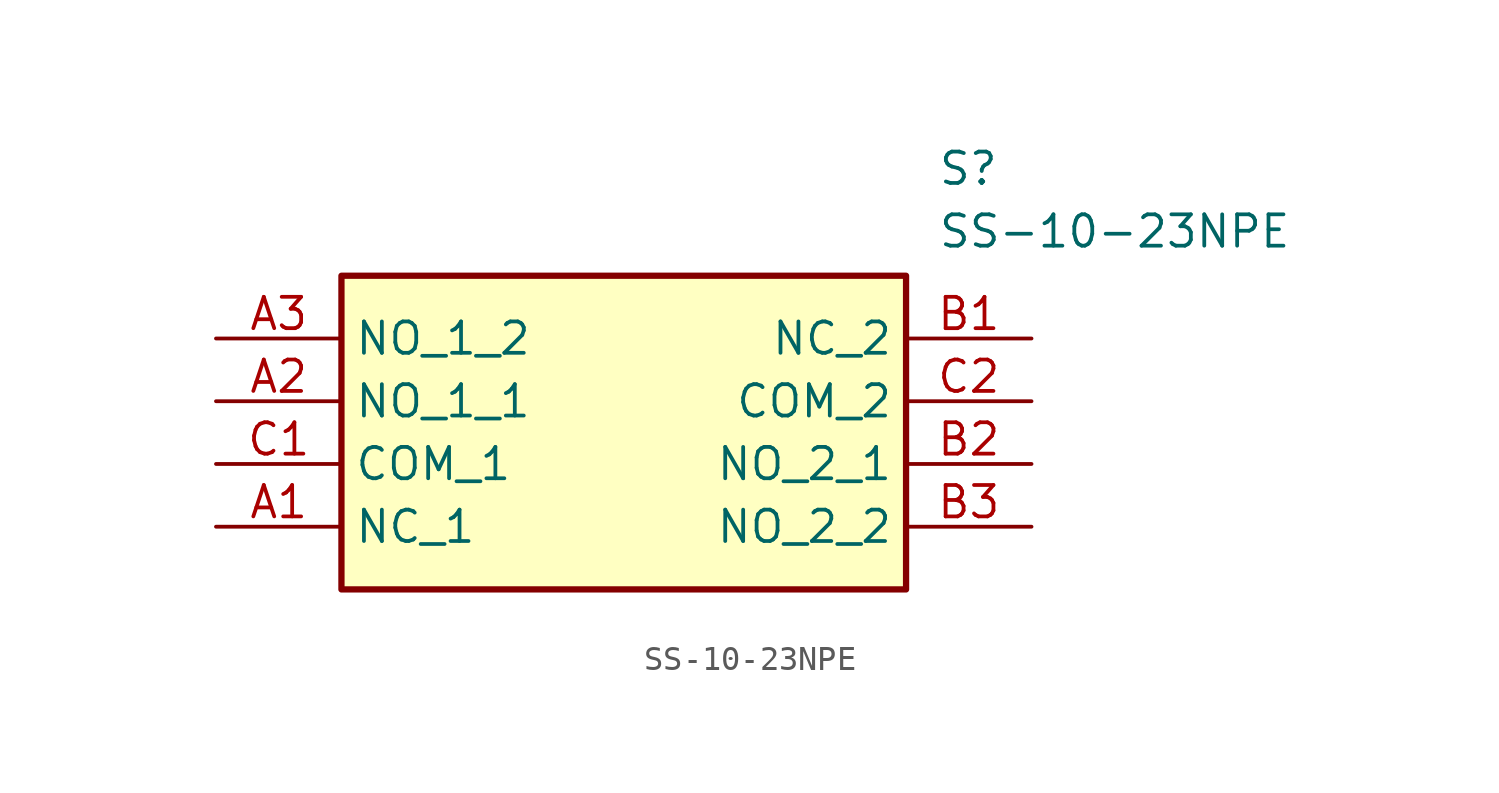
<source format=kicad_sym>
(kicad_symbol_lib
  (version 20211014)
  (generator SamacSys_ECAD_Model)
  (symbol "SS-10-23NPE"
    (property "Reference" "S"
      (at 29.21 7.62 0)
      (effects (font (size 1.27 1.27)) (justify left top)))
    (property "Value" "SS-10-23NPE"
      (at 29.21 5.08 0)
      (effects (font (size 1.27 1.27)) (justify left top)))
    (rectangle
      (start 5.08 2.54)
      (end 27.94 -10.16)
      (stroke (width 0.254) (type default))
      (fill (type background)))
    (pin passive line
      (at 0 -7.62 0)
      (length 5.08)
      (name "NC_1" (effects (font (size 1.27 1.27))))
      (number "A1" (effects (font (size 1.27 1.27)))))
    (pin passive line
      (at 0 -2.54 0)
      (length 5.08)
      (name "NO_1_1" (effects (font (size 1.27 1.27))))
      (number "A2" (effects (font (size 1.27 1.27)))))
    (pin passive line
      (at 0 0 0)
      (length 5.08)
      (name "NO_1_2" (effects (font (size 1.27 1.27))))
      (number "A3" (effects (font (size 1.27 1.27)))))
    (pin passive line
      (at 33.02 0 180)
      (length 5.08)
      (name "NC_2" (effects (font (size 1.27 1.27))))
      (number "B1" (effects (font (size 1.27 1.27)))))
    (pin passive line
      (at 33.02 -5.08 180)
      (length 5.08)
      (name "NO_2_1" (effects (font (size 1.27 1.27))))
      (number "B2" (effects (font (size 1.27 1.27)))))
    (pin passive line
      (at 33.02 -7.62 180)
      (length 5.08)
      (name "NO_2_2" (effects (font (size 1.27 1.27))))
      (number "B3" (effects (font (size 1.27 1.27)))))
    (pin passive line
      (at 0 -5.08 0)
      (length 5.08)
      (name "COM_1" (effects (font (size 1.27 1.27))))
      (number "C1" (effects (font (size 1.27 1.27)))))
    (pin passive line
      (at 33.02 -2.54 180)
      (length 5.08)
      (name "COM_2" (effects (font (size 1.27 1.27))))
      (number "C2" (effects (font (size 1.27 1.27)))))))
</source>
